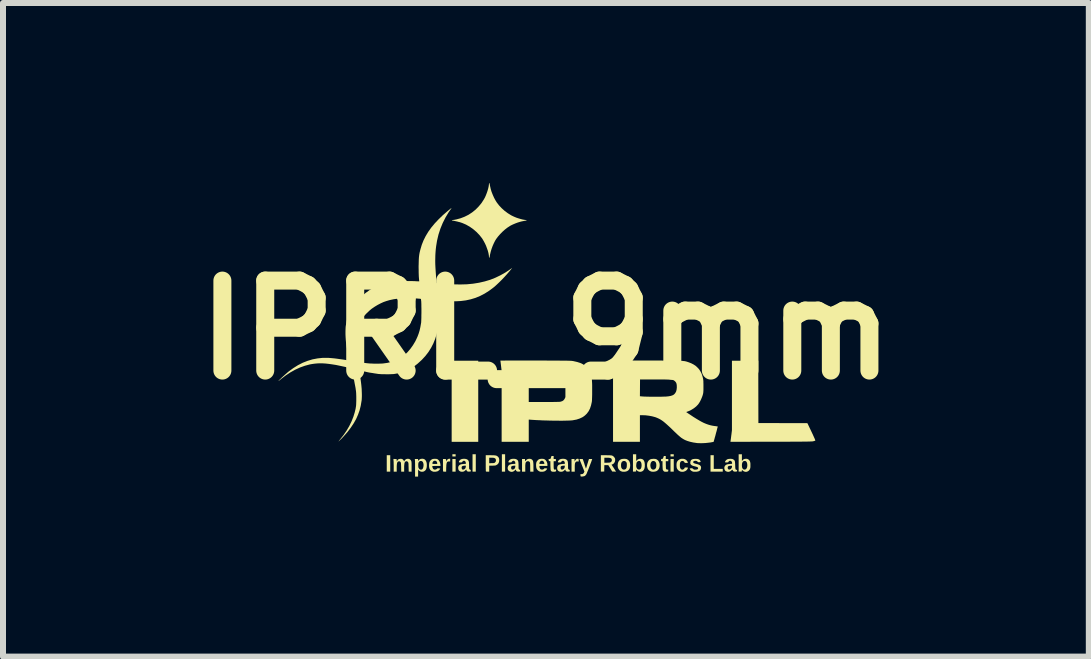
<source format=kicad_pcb>
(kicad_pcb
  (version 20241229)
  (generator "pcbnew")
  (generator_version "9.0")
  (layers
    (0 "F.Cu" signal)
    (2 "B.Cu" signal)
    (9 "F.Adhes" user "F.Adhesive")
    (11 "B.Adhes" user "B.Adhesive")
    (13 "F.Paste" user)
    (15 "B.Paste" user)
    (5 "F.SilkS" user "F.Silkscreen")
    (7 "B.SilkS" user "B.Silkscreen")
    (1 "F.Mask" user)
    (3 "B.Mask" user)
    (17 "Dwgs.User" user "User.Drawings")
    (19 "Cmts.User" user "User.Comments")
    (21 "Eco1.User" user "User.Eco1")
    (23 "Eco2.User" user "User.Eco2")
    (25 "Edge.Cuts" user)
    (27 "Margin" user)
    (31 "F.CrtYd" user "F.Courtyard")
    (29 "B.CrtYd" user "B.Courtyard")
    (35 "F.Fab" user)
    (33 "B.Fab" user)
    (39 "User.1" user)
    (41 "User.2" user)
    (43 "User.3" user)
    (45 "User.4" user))
  (footprint "IPRL_9mm"
    (layer "F.Cu")
    (at 6.05 2.449)
    (property "Reference" "IPRL_9mm" (at 0 0 0) (layer "F.SilkS") (effects (font (size 1.5 1.5) (thickness 0.3))))
    (attr board_only exclude_from_pos_files exclude_from_bom)
    (fp_poly (pts (xy -2.595 2.226) (xy -2.595 2.363) (xy -2.624 2.363) (xy -2.653 2.363) (xy -2.653 2.226) (xy -2.653 2.089) (xy -2.624 2.089) (xy -2.595 2.089)) (stroke (width 0) (type solid)) (fill yes) (layer "F.SilkS"))
    (fp_poly (pts (xy -1.505 2.091) (xy -1.505 2.11) (xy -1.532 2.11) (xy -1.559 2.11) (xy -1.559 2.091) (xy -1.559 2.073) (xy -1.532 2.073) (xy -1.505 2.073)) (stroke (width 0) (type solid)) (fill yes) (layer "F.SilkS"))
    (fp_poly (pts (xy -1.505 2.257) (xy -1.505 2.363) (xy -1.532 2.363) (xy -1.559 2.363) (xy -1.559 2.257) (xy -1.559 2.152) (xy -1.532 2.152) (xy -1.505 2.152)) (stroke (width 0) (type solid)) (fill yes) (layer "F.SilkS"))
    (fp_poly (pts (xy -1.169 2.218) (xy -1.169 2.363) (xy -1.196 2.363) (xy -1.223 2.363) (xy -1.223 2.218) (xy -1.223 2.073) (xy -1.196 2.073) (xy -1.169 2.073)) (stroke (width 0) (type solid)) (fill yes) (layer "F.SilkS"))
    (fp_poly (pts (xy -1.128 1.19) (xy -1.128 1.866) (xy -1.349 1.866) (xy -1.571 1.866) (xy -1.571 1.19) (xy -1.571 0.514) (xy -1.349 0.514) (xy -1.128 0.514)) (stroke (width 0) (type solid)) (fill yes) (layer "F.SilkS"))
    (fp_poly (pts (xy -0.68 2.218) (xy -0.68 2.363) (xy -0.707 2.363) (xy -0.734 2.363) (xy -0.734 2.218) (xy -0.734 2.073) (xy -0.707 2.073) (xy -0.68 2.073)) (stroke (width 0) (type solid)) (fill yes) (layer "F.SilkS"))
    (fp_poly (pts (xy 2.131 2.091) (xy 2.131 2.11) (xy 2.104 2.11) (xy 2.077 2.11) (xy 2.077 2.091) (xy 2.077 2.073) (xy 2.104 2.073) (xy 2.131 2.073)) (stroke (width 0) (type solid)) (fill yes) (layer "F.SilkS"))
    (fp_poly (pts (xy 2.131 2.257) (xy 2.131 2.363) (xy 2.104 2.363) (xy 2.077 2.363) (xy 2.077 2.257) (xy 2.077 2.152) (xy 2.104 2.152) (xy 2.131 2.152)) (stroke (width 0) (type solid)) (fill yes) (layer "F.SilkS"))
    (fp_poly (pts (xy 2.798 2.203) (xy 2.798 2.317) (xy 2.873 2.317) (xy 2.948 2.317) (xy 2.948 2.34) (xy 2.948 2.363) (xy 2.846 2.363) (xy 2.744 2.363) (xy 2.744 2.226) (xy 2.744 2.089) (xy 2.771 2.089) (xy 2.798 2.089)) (stroke (width 0) (type solid)) (fill yes) (layer "F.SilkS"))
    (fp_poly (pts (xy 0.531 2.148) (xy 0.539 2.149) (xy 0.544 2.152) (xy 0.546 2.16) (xy 0.546 2.171) (xy 0.548 2.193) (xy 0.527 2.193) (xy 0.513 2.194) (xy 0.503 2.198) (xy 0.498 2.202) (xy 0.492 2.21) (xy 0.487 2.219) (xy 0.484 2.231) (xy 0.482 2.247) (xy 0.481 2.268) (xy 0.481 2.296) (xy 0.481 2.299) (xy 0.481 2.363) (xy 0.454 2.363) (xy 0.427 2.363) (xy 0.427 2.257) (xy 0.427 2.152) (xy 0.452 2.152) (xy 0.476 2.152) (xy 0.478 2.173) (xy 0.479 2.195) (xy 0.488 2.178) (xy 0.5 2.16) (xy 0.514 2.15) (xy 0.531 2.148)) (stroke (width 0) (type solid)) (fill yes) (layer "F.SilkS"))
    (fp_poly (pts (xy -1.596 2.17) (xy -1.596 2.193) (xy -1.613 2.193) (xy -1.627 2.194) (xy -1.639 2.197) (xy -1.647 2.204) (xy -1.653 2.216) (xy -1.657 2.232) (xy -1.66 2.255) (xy -1.661 2.284) (xy -1.662 2.296) (xy -1.663 2.363) (xy -1.687 2.363) (xy -1.7 2.363) (xy -1.71 2.361) (xy -1.714 2.36) (xy -1.714 2.355) (xy -1.715 2.344) (xy -1.716 2.326) (xy -1.716 2.303) (xy -1.716 2.277) (xy -1.716 2.255) (xy -1.716 2.152) (xy -1.692 2.152) (xy -1.677 2.152) (xy -1.668 2.155) (xy -1.664 2.162) (xy -1.662 2.176) (xy -1.662 2.18) (xy -1.662 2.195) (xy -1.653 2.177) (xy -1.641 2.16) (xy -1.627 2.151) (xy -1.61 2.148) (xy -1.596 2.147)) (stroke (width 0) (type solid)) (fill yes) (layer "F.SilkS"))
    (fp_poly (pts (xy -0.245 2.154) (xy -0.237 2.159) (xy -0.228 2.166) (xy -0.222 2.173) (xy -0.217 2.182) (xy -0.213 2.193) (xy -0.211 2.209) (xy -0.209 2.229) (xy -0.208 2.256) (xy -0.208 2.279) (xy -0.207 2.363) (xy -0.234 2.363) (xy -0.261 2.363) (xy -0.262 2.287) (xy -0.262 2.26) (xy -0.263 2.24) (xy -0.264 2.225) (xy -0.265 2.216) (xy -0.267 2.209) (xy -0.269 2.204) (xy -0.272 2.2) (xy -0.273 2.2) (xy -0.286 2.191) (xy -0.302 2.189) (xy -0.318 2.193) (xy -0.323 2.196) (xy -0.33 2.202) (xy -0.336 2.21) (xy -0.34 2.222) (xy -0.342 2.237) (xy -0.344 2.259) (xy -0.344 2.287) (xy -0.344 2.297) (xy -0.344 2.363) (xy -0.371 2.363) (xy -0.398 2.363) (xy -0.398 2.257) (xy -0.398 2.152) (xy -0.373 2.152) (xy -0.348 2.152) (xy -0.348 2.17) (xy -0.347 2.183) (xy -0.345 2.188) (xy -0.34 2.185) (xy -0.334 2.176) (xy -0.322 2.163) (xy -0.305 2.154) (xy -0.284 2.149) (xy -0.264 2.149)) (stroke (width 0) (type solid)) (fill yes) (layer "F.SilkS"))
    (fp_poly (pts (xy 3.541 1.033) (xy 3.542 1.553) (xy 3.951 1.554) (xy 4.359 1.555) (xy 4.427 1.698) (xy 4.445 1.736) (xy 4.46 1.769) (xy 4.472 1.796) (xy 4.482 1.818) (xy 4.488 1.834) (xy 4.491 1.843) (xy 4.491 1.845) (xy 4.485 1.848) (xy 4.474 1.852) (xy 4.459 1.856) (xy 4.458 1.856) (xy 4.454 1.857) (xy 4.449 1.858) (xy 4.442 1.859) (xy 4.434 1.859) (xy 4.424 1.86) (xy 4.412 1.86) (xy 4.396 1.861) (xy 4.377 1.861) (xy 4.355 1.862) (xy 4.329 1.862) (xy 4.298 1.862) (xy 4.263 1.863) (xy 4.222 1.863) (xy 4.176 1.863) (xy 4.124 1.863) (xy 4.065 1.864) (xy 4 1.864) (xy 3.928 1.864) (xy 3.848 1.864) (xy 3.761 1.864) (xy 3.753 1.864) (xy 3.076 1.866) (xy 3.078 1.852) (xy 3.079 1.844) (xy 3.081 1.829) (xy 3.084 1.809) (xy 3.087 1.785) (xy 3.09 1.759) (xy 3.091 1.755) (xy 3.101 1.672) (xy 3.101 1.093) (xy 3.101 0.514) (xy 3.321 0.514) (xy 3.54 0.514)) (stroke (width 0) (type solid)) (fill yes) (layer "F.SilkS"))
    (fp_poly (pts (xy 0.129 2.127) (xy 0.129 2.152) (xy 0.147 2.152) (xy 0.166 2.152) (xy 0.166 2.17) (xy 0.166 2.189) (xy 0.147 2.189) (xy 0.129 2.189) (xy 0.129 2.253) (xy 0.129 2.28) (xy 0.13 2.301) (xy 0.132 2.315) (xy 0.135 2.324) (xy 0.14 2.328) (xy 0.147 2.329) (xy 0.156 2.328) (xy 0.165 2.327) (xy 0.169 2.33) (xy 0.17 2.338) (xy 0.17 2.342) (xy 0.169 2.354) (xy 0.164 2.36) (xy 0.163 2.36) (xy 0.147 2.364) (xy 0.128 2.365) (xy 0.112 2.364) (xy 0.105 2.363) (xy 0.096 2.36) (xy 0.089 2.355) (xy 0.084 2.349) (xy 0.08 2.34) (xy 0.078 2.327) (xy 0.077 2.308) (xy 0.076 2.283) (xy 0.075 2.265) (xy 0.074 2.189) (xy 0.061 2.188) (xy 0.053 2.187) (xy 0.048 2.183) (xy 0.047 2.174) (xy 0.046 2.169) (xy 0.045 2.152) (xy 0.061 2.152) (xy 0.07 2.151) (xy 0.076 2.149) (xy 0.079 2.143) (xy 0.083 2.132) (xy 0.085 2.127) (xy 0.093 2.102) (xy 0.111 2.102) (xy 0.129 2.102)) (stroke (width 0) (type solid)) (fill yes) (layer "F.SilkS"))
    (fp_poly (pts (xy 1 2.089) (xy 1.029 2.09) (xy 1.055 2.09) (xy 1.076 2.091) (xy 1.092 2.093) (xy 1.101 2.094) (xy 1.119 2.103) (xy 1.135 2.118) (xy 1.148 2.136) (xy 1.153 2.148) (xy 1.155 2.171) (xy 1.151 2.194) (xy 1.141 2.214) (xy 1.127 2.231) (xy 1.111 2.24) (xy 1.094 2.247) (xy 1.118 2.283) (xy 1.13 2.301) (xy 1.142 2.32) (xy 1.152 2.336) (xy 1.155 2.341) (xy 1.17 2.363) (xy 1.138 2.362) (xy 1.105 2.361) (xy 1.073 2.308) (xy 1.04 2.255) (xy 1.007 2.255) (xy 0.974 2.255) (xy 0.973 2.308) (xy 0.972 2.361) (xy 0.944 2.362) (xy 0.916 2.363) (xy 0.916 2.226) (xy 0.916 2.172) (xy 0.974 2.172) (xy 0.974 2.214) (xy 1.02 2.214) (xy 1.045 2.213) (xy 1.062 2.212) (xy 1.074 2.209) (xy 1.078 2.207) (xy 1.091 2.197) (xy 1.098 2.183) (xy 1.099 2.172) (xy 1.097 2.157) (xy 1.091 2.146) (xy 1.081 2.139) (xy 1.065 2.134) (xy 1.042 2.131) (xy 1.02 2.131) (xy 0.974 2.131) (xy 0.974 2.172) (xy 0.916 2.172) (xy 0.916 2.089)) (stroke (width 0) (type solid)) (fill yes) (layer "F.SilkS"))
    (fp_poly (pts (xy 1.812 2.15) (xy 1.825 2.151) (xy 1.835 2.154) (xy 1.845 2.158) (xy 1.85 2.161) (xy 1.87 2.177) (xy 1.884 2.199) (xy 1.894 2.225) (xy 1.897 2.253) (xy 1.894 2.283) (xy 1.893 2.289) (xy 1.883 2.316) (xy 1.868 2.337) (xy 1.847 2.352) (xy 1.844 2.354) (xy 1.822 2.361) (xy 1.796 2.365) (xy 1.771 2.364) (xy 1.757 2.362) (xy 1.731 2.351) (xy 1.71 2.334) (xy 1.696 2.312) (xy 1.688 2.284) (xy 1.686 2.261) (xy 1.741 2.261) (xy 1.745 2.288) (xy 1.745 2.29) (xy 1.753 2.308) (xy 1.765 2.321) (xy 1.781 2.329) (xy 1.797 2.329) (xy 1.814 2.323) (xy 1.819 2.319) (xy 1.831 2.306) (xy 1.838 2.287) (xy 1.84 2.263) (xy 1.841 2.254) (xy 1.838 2.228) (xy 1.831 2.207) (xy 1.818 2.193) (xy 1.801 2.186) (xy 1.789 2.185) (xy 1.772 2.188) (xy 1.759 2.199) (xy 1.749 2.215) (xy 1.743 2.236) (xy 1.741 2.261) (xy 1.686 2.261) (xy 1.686 2.258) (xy 1.688 2.229) (xy 1.695 2.205) (xy 1.707 2.186) (xy 1.708 2.184) (xy 1.724 2.168) (xy 1.74 2.158) (xy 1.76 2.152) (xy 1.786 2.15) (xy 1.793 2.149)) (stroke (width 0) (type solid)) (fill yes) (layer "F.SilkS"))
    (fp_poly (pts (xy -0.894 2.09) (xy -0.869 2.09) (xy -0.851 2.092) (xy -0.836 2.094) (xy -0.825 2.097) (xy -0.815 2.102) (xy -0.805 2.109) (xy -0.805 2.109) (xy -0.791 2.123) (xy -0.782 2.14) (xy -0.778 2.163) (xy -0.778 2.172) (xy -0.781 2.2) (xy -0.791 2.224) (xy -0.808 2.243) (xy -0.83 2.256) (xy -0.837 2.259) (xy -0.847 2.261) (xy -0.863 2.262) (xy -0.882 2.263) (xy -0.898 2.263) (xy -0.945 2.263) (xy -0.945 2.313) (xy -0.945 2.363) (xy -0.971 2.363) (xy -0.986 2.363) (xy -0.996 2.362) (xy -1 2.36) (xy -1.001 2.356) (xy -1.002 2.344) (xy -1.002 2.325) (xy -1.003 2.302) (xy -1.003 2.274) (xy -1.003 2.243) (xy -1.003 2.223) (xy -1.003 2.177) (xy -0.945 2.177) (xy -0.945 2.223) (xy -0.901 2.221) (xy -0.882 2.221) (xy -0.869 2.22) (xy -0.86 2.218) (xy -0.854 2.215) (xy -0.849 2.21) (xy -0.845 2.206) (xy -0.836 2.194) (xy -0.833 2.18) (xy -0.833 2.176) (xy -0.835 2.159) (xy -0.841 2.147) (xy -0.852 2.139) (xy -0.869 2.133) (xy -0.892 2.131) (xy -0.908 2.131) (xy -0.945 2.131) (xy -0.945 2.177) (xy -1.003 2.177) (xy -1.003 2.089) (xy -0.925 2.089)) (stroke (width 0) (type solid)) (fill yes) (layer "F.SilkS"))
    (fp_poly (pts (xy 1.327 2.15) (xy 1.344 2.153) (xy 1.354 2.157) (xy 1.376 2.173) (xy 1.392 2.194) (xy 1.402 2.221) (xy 1.405 2.253) (xy 1.405 2.257) (xy 1.402 2.29) (xy 1.393 2.317) (xy 1.378 2.338) (xy 1.357 2.353) (xy 1.354 2.354) (xy 1.335 2.361) (xy 1.311 2.365) (xy 1.287 2.365) (xy 1.272 2.363) (xy 1.248 2.355) (xy 1.229 2.342) (xy 1.22 2.332) (xy 1.208 2.315) (xy 1.2 2.295) (xy 1.197 2.27) (xy 1.196 2.255) (xy 1.197 2.251) (xy 1.252 2.251) (xy 1.253 2.273) (xy 1.255 2.291) (xy 1.258 2.298) (xy 1.268 2.315) (xy 1.283 2.326) (xy 1.301 2.33) (xy 1.319 2.326) (xy 1.322 2.325) (xy 1.335 2.315) (xy 1.344 2.299) (xy 1.348 2.278) (xy 1.349 2.255) (xy 1.349 2.235) (xy 1.347 2.221) (xy 1.344 2.211) (xy 1.341 2.207) (xy 1.329 2.193) (xy 1.313 2.186) (xy 1.296 2.185) (xy 1.28 2.19) (xy 1.267 2.2) (xy 1.259 2.214) (xy 1.254 2.231) (xy 1.252 2.251) (xy 1.197 2.251) (xy 1.2 2.223) (xy 1.209 2.197) (xy 1.225 2.175) (xy 1.247 2.159) (xy 1.251 2.157) (xy 1.265 2.153) (xy 1.284 2.15) (xy 1.306 2.149)) (stroke (width 0) (type solid)) (fill yes) (layer "F.SilkS"))
    (fp_poly (pts (xy 1.998 2.127) (xy 1.998 2.152) (xy 2.019 2.152) (xy 2.04 2.152) (xy 2.04 2.17) (xy 2.04 2.189) (xy 2.019 2.189) (xy 1.998 2.189) (xy 1.999 2.253) (xy 2 2.278) (xy 2 2.296) (xy 2.001 2.308) (xy 2.003 2.316) (xy 2.005 2.321) (xy 2.008 2.324) (xy 2.009 2.324) (xy 2.019 2.328) (xy 2.028 2.329) (xy 2.036 2.328) (xy 2.039 2.332) (xy 2.04 2.341) (xy 2.04 2.343) (xy 2.039 2.353) (xy 2.037 2.36) (xy 2.037 2.36) (xy 2.03 2.362) (xy 2.018 2.364) (xy 2.004 2.365) (xy 1.99 2.365) (xy 1.981 2.365) (xy 1.98 2.364) (xy 1.966 2.357) (xy 1.955 2.344) (xy 1.948 2.33) (xy 1.947 2.321) (xy 1.946 2.305) (xy 1.945 2.285) (xy 1.944 2.262) (xy 1.944 2.252) (xy 1.944 2.189) (xy 1.932 2.189) (xy 1.924 2.188) (xy 1.921 2.185) (xy 1.919 2.177) (xy 1.919 2.17) (xy 1.92 2.159) (xy 1.922 2.154) (xy 1.928 2.151) (xy 1.935 2.151) (xy 1.943 2.15) (xy 1.949 2.146) (xy 1.953 2.139) (xy 1.958 2.126) (xy 1.958 2.126) (xy 1.962 2.112) (xy 1.966 2.105) (xy 1.971 2.102) (xy 1.98 2.102) (xy 1.982 2.102) (xy 1.998 2.102)) (stroke (width 0) (type solid)) (fill yes) (layer "F.SilkS"))
    (fp_poly (pts (xy 1.505 2.13) (xy 1.505 2.187) (xy 1.515 2.174) (xy 1.531 2.16) (xy 1.552 2.151) (xy 1.575 2.148) (xy 1.584 2.149) (xy 1.606 2.154) (xy 1.623 2.165) (xy 1.635 2.182) (xy 1.644 2.205) (xy 1.648 2.235) (xy 1.649 2.248) (xy 1.648 2.283) (xy 1.642 2.312) (xy 1.631 2.335) (xy 1.616 2.352) (xy 1.595 2.362) (xy 1.594 2.362) (xy 1.577 2.366) (xy 1.564 2.366) (xy 1.548 2.362) (xy 1.544 2.361) (xy 1.53 2.354) (xy 1.518 2.344) (xy 1.517 2.342) (xy 1.505 2.329) (xy 1.504 2.345) (xy 1.503 2.361) (xy 1.477 2.362) (xy 1.451 2.363) (xy 1.451 2.26) (xy 1.505 2.26) (xy 1.506 2.28) (xy 1.509 2.291) (xy 1.517 2.309) (xy 1.529 2.322) (xy 1.545 2.328) (xy 1.562 2.328) (xy 1.569 2.325) (xy 1.58 2.316) (xy 1.588 2.301) (xy 1.593 2.281) (xy 1.595 2.26) (xy 1.594 2.238) (xy 1.59 2.218) (xy 1.583 2.201) (xy 1.577 2.195) (xy 1.564 2.186) (xy 1.548 2.185) (xy 1.533 2.19) (xy 1.52 2.2) (xy 1.515 2.206) (xy 1.51 2.22) (xy 1.507 2.239) (xy 1.505 2.26) (xy 1.451 2.26) (xy 1.451 2.218) (xy 1.451 2.073) (xy 1.478 2.073) (xy 1.505 2.073)) (stroke (width 0) (type solid)) (fill yes) (layer "F.SilkS"))
    (fp_poly (pts (xy 3.267 2.13) (xy 3.267 2.187) (xy 3.277 2.174) (xy 3.293 2.159) (xy 3.314 2.151) (xy 3.336 2.148) (xy 3.358 2.151) (xy 3.377 2.161) (xy 3.382 2.165) (xy 3.394 2.178) (xy 3.401 2.191) (xy 3.406 2.208) (xy 3.409 2.229) (xy 3.409 2.255) (xy 3.409 2.282) (xy 3.407 2.302) (xy 3.402 2.318) (xy 3.395 2.331) (xy 3.385 2.343) (xy 3.383 2.346) (xy 3.366 2.358) (xy 3.347 2.365) (xy 3.331 2.367) (xy 3.322 2.365) (xy 3.309 2.362) (xy 3.306 2.361) (xy 3.292 2.354) (xy 3.28 2.344) (xy 3.278 2.343) (xy 3.267 2.33) (xy 3.266 2.346) (xy 3.265 2.361) (xy 3.239 2.362) (xy 3.213 2.363) (xy 3.213 2.262) (xy 3.267 2.262) (xy 3.269 2.284) (xy 3.273 2.301) (xy 3.283 2.317) (xy 3.297 2.327) (xy 3.313 2.329) (xy 3.329 2.325) (xy 3.337 2.319) (xy 3.346 2.307) (xy 3.353 2.289) (xy 3.357 2.268) (xy 3.357 2.246) (xy 3.354 2.225) (xy 3.348 2.207) (xy 3.339 2.194) (xy 3.333 2.189) (xy 3.319 2.185) (xy 3.302 2.186) (xy 3.29 2.191) (xy 3.28 2.202) (xy 3.272 2.219) (xy 3.268 2.24) (xy 3.267 2.262) (xy 3.213 2.262) (xy 3.213 2.218) (xy 3.213 2.073) (xy 3.24 2.073) (xy 3.267 2.073)) (stroke (width 0) (type solid)) (fill yes) (layer "F.SilkS"))
    (fp_poly (pts (xy 2.292 2.149) (xy 2.318 2.156) (xy 2.339 2.169) (xy 2.356 2.188) (xy 2.365 2.209) (xy 2.366 2.214) (xy 2.364 2.216) (xy 2.358 2.218) (xy 2.345 2.218) (xy 2.34 2.218) (xy 2.327 2.217) (xy 2.317 2.216) (xy 2.313 2.214) (xy 2.311 2.209) (xy 2.305 2.2) (xy 2.303 2.197) (xy 2.292 2.188) (xy 2.281 2.185) (xy 2.277 2.185) (xy 2.26 2.187) (xy 2.248 2.195) (xy 2.239 2.208) (xy 2.234 2.228) (xy 2.233 2.255) (xy 2.234 2.284) (xy 2.24 2.305) (xy 2.25 2.32) (xy 2.263 2.328) (xy 2.279 2.33) (xy 2.288 2.327) (xy 2.299 2.319) (xy 2.308 2.31) (xy 2.313 2.301) (xy 2.313 2.299) (xy 2.315 2.295) (xy 2.321 2.293) (xy 2.332 2.293) (xy 2.34 2.293) (xy 2.356 2.293) (xy 2.365 2.296) (xy 2.367 2.302) (xy 2.363 2.312) (xy 2.359 2.322) (xy 2.345 2.339) (xy 2.326 2.353) (xy 2.302 2.362) (xy 2.301 2.363) (xy 2.282 2.366) (xy 2.266 2.366) (xy 2.248 2.363) (xy 2.241 2.361) (xy 2.22 2.351) (xy 2.201 2.335) (xy 2.187 2.314) (xy 2.182 2.304) (xy 2.179 2.287) (xy 2.177 2.266) (xy 2.177 2.244) (xy 2.179 2.223) (xy 2.183 2.206) (xy 2.186 2.199) (xy 2.202 2.177) (xy 2.223 2.161) (xy 2.248 2.151) (xy 2.262 2.149)) (stroke (width 0) (type solid)) (fill yes) (layer "F.SilkS"))
    (fp_poly (pts (xy -2.031 2.153) (xy -2.014 2.165) (xy -2 2.183) (xy -1.991 2.205) (xy -1.986 2.231) (xy -1.985 2.26) (xy -1.987 2.289) (xy -1.994 2.315) (xy -1.999 2.328) (xy -2.014 2.346) (xy -2.033 2.359) (xy -2.054 2.365) (xy -2.076 2.365) (xy -2.097 2.358) (xy -2.116 2.345) (xy -2.118 2.343) (xy -2.132 2.328) (xy -2.13 2.345) (xy -2.13 2.356) (xy -2.13 2.373) (xy -2.13 2.392) (xy -2.13 2.403) (xy -2.131 2.446) (xy -2.156 2.446) (xy -2.181 2.446) (xy -2.181 2.318) (xy -2.181 2.285) (xy -2.181 2.261) (xy -2.128 2.261) (xy -2.127 2.281) (xy -2.124 2.297) (xy -2.121 2.304) (xy -2.11 2.319) (xy -2.096 2.328) (xy -2.08 2.33) (xy -2.066 2.326) (xy -2.058 2.32) (xy -2.049 2.306) (xy -2.043 2.286) (xy -2.04 2.263) (xy -2.04 2.239) (xy -2.045 2.217) (xy -2.053 2.2) (xy -2.065 2.19) (xy -2.08 2.185) (xy -2.095 2.186) (xy -2.109 2.193) (xy -2.12 2.206) (xy -2.126 2.221) (xy -2.128 2.24) (xy -2.128 2.261) (xy -2.181 2.261) (xy -2.181 2.254) (xy -2.181 2.226) (xy -2.182 2.203) (xy -2.182 2.185) (xy -2.183 2.173) (xy -2.183 2.171) (xy -2.186 2.152) (xy -2.158 2.152) (xy -2.131 2.152) (xy -2.131 2.168) (xy -2.131 2.185) (xy -2.115 2.168) (xy -2.101 2.157) (xy -2.088 2.151) (xy -2.079 2.149) (xy -2.053 2.148)) (stroke (width 0) (type solid)) (fill yes) (layer "F.SilkS"))
    (fp_poly (pts (xy 0.758 2.152) (xy 0.768 2.153) (xy 0.771 2.155) (xy 0.77 2.161) (xy 0.765 2.173) (xy 0.759 2.191) (xy 0.751 2.213) (xy 0.741 2.238) (xy 0.731 2.265) (xy 0.72 2.293) (xy 0.71 2.32) (xy 0.7 2.345) (xy 0.69 2.368) (xy 0.683 2.387) (xy 0.677 2.4) (xy 0.673 2.408) (xy 0.673 2.408) (xy 0.663 2.421) (xy 0.653 2.431) (xy 0.648 2.435) (xy 0.637 2.439) (xy 0.621 2.442) (xy 0.605 2.445) (xy 0.591 2.445) (xy 0.581 2.443) (xy 0.578 2.438) (xy 0.576 2.427) (xy 0.576 2.423) (xy 0.576 2.405) (xy 0.592 2.405) (xy 0.609 2.403) (xy 0.622 2.396) (xy 0.632 2.383) (xy 0.634 2.379) (xy 0.642 2.362) (xy 0.634 2.341) (xy 0.63 2.33) (xy 0.623 2.314) (xy 0.615 2.293) (xy 0.605 2.269) (xy 0.595 2.243) (xy 0.593 2.238) (xy 0.583 2.213) (xy 0.574 2.192) (xy 0.567 2.174) (xy 0.562 2.161) (xy 0.56 2.154) (xy 0.56 2.154) (xy 0.563 2.153) (xy 0.573 2.152) (xy 0.587 2.152) (xy 0.587 2.152) (xy 0.615 2.154) (xy 0.64 2.228) (xy 0.647 2.252) (xy 0.654 2.273) (xy 0.66 2.291) (xy 0.664 2.303) (xy 0.666 2.309) (xy 0.666 2.309) (xy 0.668 2.308) (xy 0.672 2.3) (xy 0.676 2.288) (xy 0.68 2.276) (xy 0.686 2.254) (xy 0.694 2.228) (xy 0.702 2.203) (xy 0.704 2.194) (xy 0.718 2.152) (xy 0.744 2.152)) (stroke (width 0) (type solid)) (fill yes) (layer "F.SilkS"))
    (fp_poly (pts (xy -0.039 2.151) (xy -0.037 2.151) (xy -0.016 2.161) (xy 0.001 2.178) (xy 0.014 2.199) (xy 0.023 2.225) (xy 0.025 2.25) (xy 0.025 2.268) (xy -0.041 2.268) (xy -0.108 2.268) (xy -0.108 2.28) (xy -0.105 2.297) (xy -0.098 2.312) (xy -0.088 2.323) (xy -0.085 2.325) (xy -0.068 2.329) (xy -0.052 2.328) (xy -0.038 2.322) (xy -0.029 2.312) (xy -0.028 2.309) (xy -0.024 2.308) (xy -0.014 2.307) (xy -0.002 2.308) (xy 0.009 2.309) (xy 0.018 2.311) (xy 0.021 2.313) (xy 0.018 2.321) (xy 0.01 2.332) (xy -0.000447 2.343) (xy -0.012 2.351) (xy -0.015 2.354) (xy -0.034 2.361) (xy -0.057 2.365) (xy -0.081 2.365) (xy -0.098 2.363) (xy -0.118 2.354) (xy -0.136 2.34) (xy -0.151 2.321) (xy -0.156 2.31) (xy -0.161 2.292) (xy -0.163 2.27) (xy -0.164 2.247) (xy -0.162 2.224) (xy -0.162 2.224) (xy -0.108 2.224) (xy -0.108 2.234) (xy -0.066 2.234) (xy -0.047 2.234) (xy -0.035 2.234) (xy -0.028 2.232) (xy -0.025 2.23) (xy -0.025 2.228) (xy -0.028 2.215) (xy -0.034 2.201) (xy -0.043 2.19) (xy -0.046 2.187) (xy -0.061 2.181) (xy -0.076 2.182) (xy -0.09 2.189) (xy -0.101 2.201) (xy -0.107 2.216) (xy -0.108 2.224) (xy -0.162 2.224) (xy -0.158 2.206) (xy -0.156 2.2) (xy -0.142 2.18) (xy -0.125 2.163) (xy -0.115 2.157) (xy -0.1 2.152) (xy -0.079 2.149) (xy -0.058 2.149)) (stroke (width 0) (type solid)) (fill yes) (layer "F.SilkS"))
    (fp_poly (pts (xy -1.833 2.15) (xy -1.821 2.151) (xy -1.811 2.154) (xy -1.802 2.16) (xy -1.8 2.161) (xy -1.784 2.176) (xy -1.771 2.198) (xy -1.762 2.224) (xy -1.759 2.242) (xy -1.757 2.268) (xy -1.826 2.268) (xy -1.855 2.268) (xy -1.876 2.269) (xy -1.889 2.27) (xy -1.894 2.272) (xy -1.895 2.272) (xy -1.893 2.286) (xy -1.887 2.301) (xy -1.881 2.315) (xy -1.875 2.322) (xy -1.859 2.329) (xy -1.842 2.329) (xy -1.826 2.323) (xy -1.82 2.318) (xy -1.812 2.311) (xy -1.805 2.307) (xy -1.795 2.307) (xy -1.785 2.308) (xy -1.772 2.309) (xy -1.764 2.311) (xy -1.762 2.312) (xy -1.765 2.319) (xy -1.772 2.329) (xy -1.782 2.34) (xy -1.793 2.349) (xy -1.801 2.355) (xy -1.821 2.361) (xy -1.845 2.365) (xy -1.869 2.365) (xy -1.88 2.363) (xy -1.905 2.353) (xy -1.925 2.337) (xy -1.935 2.322) (xy -1.941 2.311) (xy -1.944 2.299) (xy -1.947 2.283) (xy -1.948 2.268) (xy -1.947 2.235) (xy -1.946 2.23) (xy -1.893 2.23) (xy -1.892 2.231) (xy -1.887 2.232) (xy -1.876 2.234) (xy -1.86 2.234) (xy -1.851 2.234) (xy -1.812 2.234) (xy -1.812 2.224) (xy -1.814 2.21) (xy -1.821 2.196) (xy -1.83 2.186) (xy -1.832 2.185) (xy -1.848 2.181) (xy -1.864 2.183) (xy -1.875 2.189) (xy -1.882 2.197) (xy -1.889 2.209) (xy -1.892 2.221) (xy -1.893 2.23) (xy -1.946 2.23) (xy -1.942 2.208) (xy -1.932 2.186) (xy -1.916 2.169) (xy -1.903 2.16) (xy -1.891 2.154) (xy -1.88 2.151) (xy -1.866 2.15) (xy -1.851 2.149)) (stroke (width 0) (type solid)) (fill yes) (layer "F.SilkS"))
    (fp_poly (pts (xy 2.523 2.151) (xy 2.546 2.157) (xy 2.563 2.167) (xy 2.571 2.178) (xy 2.578 2.19) (xy 2.579 2.198) (xy 2.573 2.203) (xy 2.559 2.206) (xy 2.559 2.206) (xy 2.546 2.206) (xy 2.538 2.205) (xy 2.532 2.201) (xy 2.529 2.197) (xy 2.517 2.187) (xy 2.5 2.182) (xy 2.481 2.183) (xy 2.473 2.186) (xy 2.462 2.19) (xy 2.456 2.197) (xy 2.455 2.202) (xy 2.456 2.21) (xy 2.46 2.217) (xy 2.47 2.223) (xy 2.487 2.229) (xy 2.507 2.234) (xy 2.536 2.242) (xy 2.558 2.251) (xy 2.572 2.261) (xy 2.581 2.272) (xy 2.586 2.287) (xy 2.586 2.303) (xy 2.581 2.325) (xy 2.571 2.341) (xy 2.554 2.353) (xy 2.551 2.355) (xy 2.535 2.36) (xy 2.514 2.364) (xy 2.49 2.365) (xy 2.468 2.365) (xy 2.454 2.363) (xy 2.435 2.356) (xy 2.418 2.344) (xy 2.405 2.33) (xy 2.402 2.323) (xy 2.396 2.31) (xy 2.419 2.307) (xy 2.432 2.306) (xy 2.44 2.307) (xy 2.447 2.312) (xy 2.453 2.317) (xy 2.461 2.324) (xy 2.469 2.328) (xy 2.479 2.33) (xy 2.492 2.33) (xy 2.514 2.328) (xy 2.529 2.323) (xy 2.536 2.313) (xy 2.537 2.307) (xy 2.536 2.299) (xy 2.531 2.292) (xy 2.521 2.286) (xy 2.505 2.281) (xy 2.487 2.276) (xy 2.463 2.27) (xy 2.447 2.265) (xy 2.435 2.259) (xy 2.425 2.253) (xy 2.417 2.245) (xy 2.41 2.236) (xy 2.407 2.226) (xy 2.407 2.212) (xy 2.41 2.19) (xy 2.419 2.173) (xy 2.434 2.16) (xy 2.456 2.153) (xy 2.485 2.15) (xy 2.494 2.15)) (stroke (width 0) (type solid)) (fill yes) (layer "F.SilkS"))
    (fp_poly (pts (xy -2.283 2.15) (xy -2.265 2.159) (xy -2.251 2.174) (xy -2.248 2.18) (xy -2.245 2.187) (xy -2.242 2.194) (xy -2.241 2.202) (xy -2.24 2.214) (xy -2.239 2.229) (xy -2.239 2.249) (xy -2.239 2.277) (xy -2.239 2.281) (xy -2.239 2.363) (xy -2.263 2.363) (xy -2.287 2.363) (xy -2.289 2.289) (xy -2.29 2.262) (xy -2.29 2.242) (xy -2.291 2.227) (xy -2.293 2.218) (xy -2.295 2.211) (xy -2.297 2.205) (xy -2.299 2.203) (xy -2.311 2.192) (xy -2.325 2.189) (xy -2.339 2.193) (xy -2.346 2.199) (xy -2.352 2.207) (xy -2.356 2.217) (xy -2.359 2.23) (xy -2.361 2.248) (xy -2.363 2.271) (xy -2.363 2.302) (xy -2.363 2.363) (xy -2.387 2.363) (xy -2.412 2.363) (xy -2.413 2.289) (xy -2.414 2.262) (xy -2.415 2.242) (xy -2.416 2.227) (xy -2.417 2.218) (xy -2.419 2.211) (xy -2.422 2.205) (xy -2.424 2.203) (xy -2.432 2.194) (xy -2.443 2.191) (xy -2.448 2.191) (xy -2.46 2.193) (xy -2.47 2.198) (xy -2.477 2.209) (xy -2.482 2.224) (xy -2.485 2.246) (xy -2.487 2.275) (xy -2.487 2.304) (xy -2.487 2.363) (xy -2.512 2.363) (xy -2.537 2.363) (xy -2.537 2.285) (xy -2.537 2.258) (xy -2.538 2.232) (xy -2.538 2.209) (xy -2.539 2.19) (xy -2.54 2.179) (xy -2.542 2.151) (xy -2.516 2.152) (xy -2.489 2.154) (xy -2.487 2.174) (xy -2.485 2.194) (xy -2.478 2.18) (xy -2.467 2.164) (xy -2.453 2.154) (xy -2.434 2.15) (xy -2.422 2.149) (xy -2.407 2.15) (xy -2.397 2.152) (xy -2.389 2.157) (xy -2.386 2.16) (xy -2.376 2.17) (xy -2.369 2.182) (xy -2.369 2.182) (xy -2.364 2.194) (xy -2.356 2.179) (xy -2.342 2.162) (xy -2.325 2.152) (xy -2.306 2.149)) (stroke (width 0) (type solid)) (fill yes) (layer "F.SilkS"))
    (fp_poly (pts (xy -1.353 2.149) (xy -1.332 2.152) (xy -1.315 2.158) (xy -1.313 2.159) (xy -1.301 2.168) (xy -1.293 2.177) (xy -1.287 2.19) (xy -1.283 2.206) (xy -1.282 2.227) (xy -1.281 2.256) (xy -1.281 2.259) (xy -1.281 2.282) (xy -1.28 2.299) (xy -1.28 2.31) (xy -1.278 2.317) (xy -1.275 2.322) (xy -1.272 2.326) (xy -1.264 2.331) (xy -1.258 2.332) (xy -1.254 2.332) (xy -1.252 2.338) (xy -1.253 2.345) (xy -1.254 2.361) (xy -1.278 2.362) (xy -1.297 2.362) (xy -1.31 2.358) (xy -1.318 2.351) (xy -1.323 2.341) (xy -1.328 2.327) (xy -1.343 2.342) (xy -1.363 2.358) (xy -1.385 2.365) (xy -1.41 2.365) (xy -1.422 2.362) (xy -1.44 2.353) (xy -1.454 2.338) (xy -1.461 2.319) (xy -1.462 2.299) (xy -1.405 2.299) (xy -1.402 2.315) (xy -1.394 2.326) (xy -1.382 2.33) (xy -1.366 2.326) (xy -1.36 2.323) (xy -1.345 2.31) (xy -1.337 2.292) (xy -1.335 2.278) (xy -1.335 2.263) (xy -1.362 2.264) (xy -1.382 2.267) (xy -1.395 2.272) (xy -1.402 2.281) (xy -1.405 2.295) (xy -1.405 2.299) (xy -1.462 2.299) (xy -1.462 2.296) (xy -1.462 2.291) (xy -1.456 2.271) (xy -1.445 2.257) (xy -1.429 2.246) (xy -1.407 2.239) (xy -1.378 2.236) (xy -1.373 2.235) (xy -1.335 2.233) (xy -1.335 2.217) (xy -1.338 2.202) (xy -1.347 2.189) (xy -1.359 2.182) (xy -1.366 2.181) (xy -1.375 2.183) (xy -1.386 2.19) (xy -1.394 2.198) (xy -1.397 2.205) (xy -1.401 2.208) (xy -1.411 2.209) (xy -1.424 2.21) (xy -1.439 2.209) (xy -1.447 2.208) (xy -1.45 2.205) (xy -1.451 2.202) (xy -1.448 2.19) (xy -1.439 2.177) (xy -1.427 2.165) (xy -1.416 2.158) (xy -1.398 2.152) (xy -1.376 2.149)) (stroke (width 0) (type solid)) (fill yes) (layer "F.SilkS"))
    (fp_poly (pts (xy 0.297 2.149) (xy 0.318 2.152) (xy 0.335 2.158) (xy 0.337 2.159) (xy 0.348 2.168) (xy 0.357 2.177) (xy 0.363 2.19) (xy 0.366 2.206) (xy 0.368 2.227) (xy 0.369 2.256) (xy 0.369 2.259) (xy 0.369 2.282) (xy 0.369 2.299) (xy 0.37 2.31) (xy 0.372 2.317) (xy 0.374 2.322) (xy 0.378 2.326) (xy 0.386 2.331) (xy 0.392 2.332) (xy 0.396 2.332) (xy 0.398 2.338) (xy 0.397 2.345) (xy 0.396 2.361) (xy 0.372 2.362) (xy 0.353 2.362) (xy 0.34 2.358) (xy 0.332 2.351) (xy 0.327 2.341) (xy 0.322 2.327) (xy 0.307 2.342) (xy 0.287 2.358) (xy 0.265 2.365) (xy 0.24 2.365) (xy 0.228 2.362) (xy 0.209 2.353) (xy 0.196 2.338) (xy 0.188 2.318) (xy 0.188 2.299) (xy 0.245 2.299) (xy 0.248 2.315) (xy 0.256 2.326) (xy 0.268 2.33) (xy 0.284 2.326) (xy 0.29 2.323) (xy 0.305 2.31) (xy 0.313 2.292) (xy 0.315 2.278) (xy 0.315 2.263) (xy 0.288 2.264) (xy 0.268 2.267) (xy 0.255 2.272) (xy 0.247 2.281) (xy 0.245 2.295) (xy 0.245 2.299) (xy 0.188 2.299) (xy 0.188 2.295) (xy 0.188 2.294) (xy 0.193 2.274) (xy 0.203 2.258) (xy 0.219 2.247) (xy 0.241 2.24) (xy 0.27 2.236) (xy 0.277 2.235) (xy 0.315 2.233) (xy 0.315 2.217) (xy 0.312 2.202) (xy 0.303 2.189) (xy 0.291 2.182) (xy 0.284 2.181) (xy 0.275 2.183) (xy 0.264 2.19) (xy 0.256 2.198) (xy 0.253 2.205) (xy 0.249 2.208) (xy 0.238 2.209) (xy 0.226 2.21) (xy 0.211 2.209) (xy 0.203 2.208) (xy 0.2 2.205) (xy 0.199 2.202) (xy 0.202 2.19) (xy 0.211 2.177) (xy 0.223 2.165) (xy 0.234 2.158) (xy 0.252 2.152) (xy 0.274 2.149)) (stroke (width 0) (type solid)) (fill yes) (layer "F.SilkS"))
    (fp_poly (pts (xy -0.506 2.152) (xy -0.489 2.159) (xy -0.488 2.159) (xy -0.476 2.168) (xy -0.468 2.177) (xy -0.462 2.19) (xy -0.459 2.206) (xy -0.457 2.227) (xy -0.456 2.256) (xy -0.456 2.259) (xy -0.456 2.282) (xy -0.456 2.299) (xy -0.455 2.31) (xy -0.453 2.317) (xy -0.451 2.322) (xy -0.447 2.326) (xy -0.439 2.331) (xy -0.433 2.332) (xy -0.429 2.332) (xy -0.427 2.338) (xy -0.428 2.345) (xy -0.429 2.361) (xy -0.453 2.362) (xy -0.472 2.362) (xy -0.485 2.358) (xy -0.493 2.351) (xy -0.498 2.341) (xy -0.503 2.327) (xy -0.518 2.342) (xy -0.535 2.356) (xy -0.556 2.365) (xy -0.574 2.367) (xy -0.583 2.365) (xy -0.596 2.362) (xy -0.599 2.361) (xy -0.618 2.35) (xy -0.631 2.335) (xy -0.637 2.315) (xy -0.637 2.299) (xy -0.58 2.299) (xy -0.577 2.315) (xy -0.569 2.326) (xy -0.557 2.329) (xy -0.541 2.326) (xy -0.535 2.324) (xy -0.521 2.312) (xy -0.513 2.295) (xy -0.51 2.278) (xy -0.51 2.263) (xy -0.537 2.264) (xy -0.557 2.267) (xy -0.57 2.272) (xy -0.578 2.281) (xy -0.58 2.295) (xy -0.58 2.299) (xy -0.637 2.299) (xy -0.637 2.294) (xy -0.632 2.276) (xy -0.623 2.261) (xy -0.61 2.249) (xy -0.593 2.242) (xy -0.57 2.237) (xy -0.549 2.235) (xy -0.51 2.233) (xy -0.51 2.217) (xy -0.513 2.202) (xy -0.522 2.189) (xy -0.534 2.182) (xy -0.541 2.181) (xy -0.55 2.183) (xy -0.561 2.19) (xy -0.569 2.198) (xy -0.572 2.205) (xy -0.576 2.208) (xy -0.587 2.209) (xy -0.599 2.21) (xy -0.614 2.209) (xy -0.622 2.208) (xy -0.625 2.205) (xy -0.626 2.202) (xy -0.622 2.19) (xy -0.613 2.176) (xy -0.6 2.164) (xy -0.592 2.159) (xy -0.574 2.152) (xy -0.551 2.149) (xy -0.528 2.149)) (stroke (width 0) (type solid)) (fill yes) (layer "F.SilkS"))
    (fp_poly (pts (xy 3.102 2.151) (xy 3.119 2.156) (xy 3.121 2.158) (xy 3.132 2.165) (xy 3.14 2.172) (xy 3.146 2.181) (xy 3.15 2.192) (xy 3.152 2.208) (xy 3.154 2.23) (xy 3.155 2.255) (xy 3.156 2.282) (xy 3.157 2.302) (xy 3.159 2.315) (xy 3.162 2.324) (xy 3.166 2.329) (xy 3.171 2.331) (xy 3.176 2.332) (xy 3.184 2.335) (xy 3.187 2.343) (xy 3.187 2.344) (xy 3.187 2.353) (xy 3.182 2.359) (xy 3.172 2.362) (xy 3.155 2.363) (xy 3.154 2.363) (xy 3.135 2.361) (xy 3.122 2.353) (xy 3.113 2.34) (xy 3.112 2.336) (xy 3.11 2.331) (xy 3.107 2.331) (xy 3.101 2.335) (xy 3.093 2.342) (xy 3.076 2.356) (xy 3.055 2.364) (xy 3.037 2.367) (xy 3.028 2.365) (xy 3.015 2.362) (xy 3.012 2.361) (xy 2.999 2.355) (xy 2.99 2.348) (xy 2.988 2.346) (xy 2.98 2.332) (xy 2.975 2.313) (xy 2.974 2.297) (xy 3.03 2.297) (xy 3.033 2.314) (xy 3.042 2.325) (xy 3.054 2.329) (xy 3.07 2.326) (xy 3.077 2.323) (xy 3.087 2.314) (xy 3.096 2.301) (xy 3.102 2.286) (xy 3.102 2.273) (xy 3.102 2.272) (xy 3.1 2.267) (xy 3.097 2.264) (xy 3.089 2.264) (xy 3.076 2.264) (xy 3.073 2.265) (xy 3.053 2.268) (xy 3.04 2.273) (xy 3.033 2.282) (xy 3.03 2.296) (xy 3.03 2.297) (xy 2.974 2.297) (xy 2.974 2.296) (xy 2.975 2.291) (xy 2.981 2.272) (xy 2.993 2.257) (xy 3.009 2.246) (xy 3.032 2.239) (xy 3.062 2.236) (xy 3.066 2.235) (xy 3.085 2.234) (xy 3.097 2.233) (xy 3.103 2.229) (xy 3.105 2.223) (xy 3.103 2.213) (xy 3.101 2.205) (xy 3.094 2.192) (xy 3.082 2.184) (xy 3.069 2.181) (xy 3.056 2.185) (xy 3.046 2.194) (xy 3.044 2.198) (xy 3.04 2.204) (xy 3.035 2.208) (xy 3.027 2.209) (xy 3.013 2.21) (xy 3.012 2.21) (xy 2.997 2.209) (xy 2.987 2.207) (xy 2.985 2.205) (xy 2.988 2.194) (xy 2.996 2.18) (xy 3.008 2.168) (xy 3.019 2.16) (xy 3.036 2.153) (xy 3.057 2.15) (xy 3.08 2.149)) (stroke (width 0) (type solid)) (fill yes) (layer "F.SilkS"))
    (fp_poly (pts (xy -0.941 -2.447) (xy -0.94 -2.442) (xy -0.938 -2.433) (xy -0.935 -2.417) (xy -0.931 -2.395) (xy -0.93 -2.394) (xy -0.92 -2.348) (xy -0.905 -2.299) (xy -0.885 -2.249) (xy -0.863 -2.2) (xy -0.839 -2.156) (xy -0.821 -2.127) (xy -0.783 -2.077) (xy -0.738 -2.029) (xy -0.688 -1.984) (xy -0.634 -1.944) (xy -0.579 -1.91) (xy -0.549 -1.895) (xy -0.52 -1.882) (xy -0.488 -1.869) (xy -0.454 -1.858) (xy -0.42 -1.848) (xy -0.389 -1.84) (xy -0.361 -1.835) (xy -0.339 -1.832) (xy -0.337 -1.832) (xy -0.324 -1.831) (xy -0.32 -1.829) (xy -0.323 -1.826) (xy -0.334 -1.822) (xy -0.341 -1.82) (xy -0.356 -1.818) (xy -0.375 -1.814) (xy -0.395 -1.81) (xy -0.397 -1.81) (xy -0.432 -1.801) (xy -0.471 -1.789) (xy -0.511 -1.774) (xy -0.551 -1.757) (xy -0.588 -1.739) (xy -0.604 -1.729) (xy -0.644 -1.703) (xy -0.685 -1.671) (xy -0.725 -1.635) (xy -0.764 -1.595) (xy -0.799 -1.555) (xy -0.829 -1.515) (xy -0.848 -1.484) (xy -0.868 -1.444) (xy -0.888 -1.399) (xy -0.905 -1.353) (xy -0.919 -1.307) (xy -0.929 -1.264) (xy -0.931 -1.258) (xy -0.935 -1.236) (xy -0.937 -1.22) (xy -0.94 -1.211) (xy -0.941 -1.205) (xy -0.943 -1.203) (xy -0.945 -1.202) (xy -0.945 -1.202) (xy -0.948 -1.206) (xy -0.949 -1.215) (xy -0.949 -1.219) (xy -0.952 -1.248) (xy -0.958 -1.281) (xy -0.968 -1.319) (xy -0.982 -1.359) (xy -0.997 -1.4) (xy -1.015 -1.439) (xy -1.035 -1.477) (xy -1.055 -1.511) (xy -1.063 -1.524) (xy -1.107 -1.58) (xy -1.157 -1.632) (xy -1.212 -1.679) (xy -1.27 -1.72) (xy -1.332 -1.755) (xy -1.395 -1.782) (xy -1.419 -1.79) (xy -1.433 -1.795) (xy -1.452 -1.799) (xy -1.473 -1.805) (xy -1.496 -1.81) (xy -1.518 -1.815) (xy -1.538 -1.819) (xy -1.554 -1.822) (xy -1.564 -1.824) (xy -1.565 -1.824) (xy -1.567 -1.827) (xy -1.567 -1.828) (xy -1.563 -1.831) (xy -1.554 -1.832) (xy -1.552 -1.832) (xy -1.542 -1.833) (xy -1.526 -1.835) (xy -1.507 -1.839) (xy -1.495 -1.841) (xy -1.424 -1.86) (xy -1.356 -1.886) (xy -1.29 -1.919) (xy -1.229 -1.959) (xy -1.172 -2.005) (xy -1.12 -2.058) (xy -1.073 -2.115) (xy -1.033 -2.177) (xy -1.015 -2.21) (xy -1.001 -2.242) (xy -0.987 -2.278) (xy -0.974 -2.315) (xy -0.963 -2.353) (xy -0.955 -2.387) (xy -0.951 -2.417) (xy -0.951 -2.419) (xy -0.949 -2.433) (xy -0.947 -2.444) (xy -0.945 -2.448) (xy -0.943 -2.449)) (stroke (width 0) (type solid)) (fill yes) (layer "F.SilkS"))
    (fp_poly (pts (xy -0.36 0.511) (xy -0.296 0.511) (xy -0.229 0.511) (xy -0.171 0.511) (xy -0.09 0.511) (xy -0.016 0.511) (xy 0.05 0.512) (xy 0.109 0.512) (xy 0.162 0.512) (xy 0.209 0.512) (xy 0.249 0.513) (xy 0.285 0.513) (xy 0.316 0.513) (xy 0.342 0.513) (xy 0.365 0.514) (xy 0.383 0.514) (xy 0.399 0.515) (xy 0.412 0.515) (xy 0.424 0.516) (xy 0.433 0.517) (xy 0.441 0.518) (xy 0.448 0.519) (xy 0.454 0.52) (xy 0.461 0.521) (xy 0.464 0.522) (xy 0.521 0.535) (xy 0.571 0.551) (xy 0.614 0.571) (xy 0.651 0.595) (xy 0.67 0.61) (xy 0.694 0.635) (xy 0.714 0.66) (xy 0.73 0.688) (xy 0.743 0.719) (xy 0.754 0.754) (xy 0.762 0.796) (xy 0.765 0.815) (xy 0.767 0.833) (xy 0.768 0.858) (xy 0.77 0.888) (xy 0.771 0.923) (xy 0.771 0.96) (xy 0.771 0.999) (xy 0.771 1.039) (xy 0.771 1.077) (xy 0.77 1.113) (xy 0.769 1.145) (xy 0.768 1.173) (xy 0.766 1.194) (xy 0.765 1.202) (xy 0.752 1.26) (xy 0.735 1.311) (xy 0.712 1.356) (xy 0.683 1.395) (xy 0.649 1.428) (xy 0.609 1.456) (xy 0.562 1.478) (xy 0.51 1.495) (xy 0.451 1.506) (xy 0.448 1.507) (xy 0.426 1.509) (xy 0.398 1.511) (xy 0.363 1.512) (xy 0.322 1.513) (xy 0.276 1.514) (xy 0.227 1.514) (xy 0.174 1.513) (xy 0.119 1.513) (xy 0.063 1.512) (xy 0.007 1.51) (xy -0.049 1.509) (xy -0.103 1.506) (xy -0.155 1.504) (xy -0.204 1.501) (xy -0.25 1.498) (xy -0.25 1.498) (xy -0.286 1.495) (xy -0.286 1.681) (xy -0.286 1.866) (xy -0.512 1.866) (xy -0.738 1.866) (xy -0.738 1.274) (xy -0.738 1.014) (xy -0.286 1.014) (xy -0.286 1.202) (xy -0.032 1.202) (xy 0.023 1.202) (xy 0.071 1.202) (xy 0.112 1.202) (xy 0.146 1.201) (xy 0.174 1.201) (xy 0.197 1.2) (xy 0.215 1.2) (xy 0.229 1.199) (xy 0.239 1.198) (xy 0.246 1.196) (xy 0.246 1.196) (xy 0.272 1.188) (xy 0.292 1.175) (xy 0.307 1.157) (xy 0.314 1.145) (xy 0.325 1.121) (xy 0.325 1.018) (xy 0.325 0.98) (xy 0.325 0.95) (xy 0.323 0.926) (xy 0.321 0.907) (xy 0.318 0.892) (xy 0.314 0.881) (xy 0.308 0.871) (xy 0.301 0.863) (xy 0.297 0.859) (xy 0.29 0.853) (xy 0.283 0.847) (xy 0.275 0.842) (xy 0.266 0.838) (xy 0.254 0.835) (xy 0.24 0.832) (xy 0.223 0.83) (xy 0.202 0.828) (xy 0.176 0.827) (xy 0.146 0.826) (xy 0.109 0.826) (xy 0.066 0.825) (xy 0.017 0.825) (xy -0.041 0.825) (xy -0.049 0.825) (xy -0.286 0.825) (xy -0.286 1.014) (xy -0.738 1.014) (xy -0.738 0.682) (xy -0.748 0.599) (xy -0.751 0.574) (xy -0.754 0.551) (xy -0.756 0.533) (xy -0.758 0.52) (xy -0.759 0.513) (xy -0.759 0.513) (xy -0.755 0.512) (xy -0.743 0.512) (xy -0.723 0.512) (xy -0.697 0.512) (xy -0.665 0.511) (xy -0.626 0.511) (xy -0.582 0.511) (xy -0.533 0.511) (xy -0.479 0.511) (xy -0.422 0.511)) (stroke (width 0) (type solid)) (fill yes) (layer "F.SilkS"))
    (fp_poly (pts (xy 1.68 0.511) (xy 1.763 0.511) (xy 1.839 0.511) (xy 1.907 0.511) (xy 1.968 0.512) (xy 2.022 0.512) (xy 2.071 0.512) (xy 2.113 0.513) (xy 2.151 0.513) (xy 2.184 0.514) (xy 2.212 0.514) (xy 2.237 0.515) (xy 2.258 0.516) (xy 2.276 0.517) (xy 2.291 0.519) (xy 2.305 0.52) (xy 2.316 0.522) (xy 2.327 0.524) (xy 2.336 0.526) (xy 2.346 0.529) (xy 2.355 0.532) (xy 2.365 0.535) (xy 2.376 0.539) (xy 2.377 0.539) (xy 2.423 0.557) (xy 2.462 0.577) (xy 2.497 0.6) (xy 2.523 0.624) (xy 2.552 0.655) (xy 2.574 0.688) (xy 2.592 0.722) (xy 2.606 0.761) (xy 2.617 0.801) (xy 2.62 0.815) (xy 2.622 0.829) (xy 2.624 0.844) (xy 2.625 0.86) (xy 2.625 0.88) (xy 2.626 0.905) (xy 2.626 0.936) (xy 2.626 0.943) (xy 2.626 0.975) (xy 2.626 1) (xy 2.625 1.019) (xy 2.624 1.034) (xy 2.623 1.047) (xy 2.621 1.059) (xy 2.618 1.071) (xy 2.615 1.084) (xy 2.604 1.116) (xy 2.59 1.15) (xy 2.574 1.184) (xy 2.557 1.214) (xy 2.539 1.24) (xy 2.536 1.244) (xy 2.504 1.277) (xy 2.466 1.307) (xy 2.424 1.333) (xy 2.378 1.355) (xy 2.364 1.36) (xy 2.351 1.365) (xy 2.342 1.368) (xy 2.339 1.37) (xy 2.339 1.37) (xy 2.343 1.373) (xy 2.352 1.379) (xy 2.366 1.389) (xy 2.384 1.401) (xy 2.404 1.414) (xy 2.404 1.414) (xy 2.459 1.451) (xy 2.509 1.482) (xy 2.554 1.509) (xy 2.595 1.532) (xy 2.633 1.551) (xy 2.669 1.566) (xy 2.705 1.579) (xy 2.739 1.589) (xy 2.775 1.597) (xy 2.812 1.603) (xy 2.825 1.604) (xy 2.842 1.607) (xy 2.855 1.608) (xy 2.862 1.61) (xy 2.864 1.61) (xy 2.863 1.615) (xy 2.861 1.626) (xy 2.856 1.642) (xy 2.851 1.664) (xy 2.845 1.688) (xy 2.837 1.715) (xy 2.83 1.742) (xy 2.823 1.77) (xy 2.815 1.796) (xy 2.809 1.82) (xy 2.803 1.84) (xy 2.799 1.855) (xy 2.796 1.864) (xy 2.795 1.866) (xy 2.79 1.868) (xy 2.778 1.87) (xy 2.762 1.873) (xy 2.741 1.877) (xy 2.732 1.878) (xy 2.698 1.882) (xy 2.661 1.886) (xy 2.622 1.888) (xy 2.586 1.889) (xy 2.552 1.888) (xy 2.524 1.887) (xy 2.516 1.886) (xy 2.456 1.877) (xy 2.403 1.865) (xy 2.357 1.851) (xy 2.317 1.835) (xy 2.316 1.834) (xy 2.297 1.824) (xy 2.279 1.813) (xy 2.26 1.801) (xy 2.241 1.786) (xy 2.22 1.768) (xy 2.196 1.747) (xy 2.169 1.721) (xy 2.137 1.691) (xy 2.123 1.677) (xy 2.081 1.636) (xy 2.043 1.601) (xy 2.01 1.571) (xy 1.981 1.546) (xy 1.954 1.524) (xy 1.928 1.506) (xy 1.904 1.491) (xy 1.881 1.479) (xy 1.857 1.468) (xy 1.832 1.458) (xy 1.82 1.454) (xy 1.772 1.441) (xy 1.718 1.431) (xy 1.662 1.424) (xy 1.606 1.422) (xy 1.605 1.422) (xy 1.567 1.422) (xy 1.567 1.644) (xy 1.567 1.866) (xy 1.343 1.866) (xy 1.119 1.866) (xy 1.119 1.278) (xy 1.119 1.106) (xy 1.567 1.106) (xy 1.597 1.109) (xy 1.613 1.11) (xy 1.628 1.111) (xy 1.643 1.112) (xy 1.659 1.112) (xy 1.677 1.113) (xy 1.698 1.113) (xy 1.724 1.114) (xy 1.755 1.114) (xy 1.793 1.114) (xy 1.816 1.114) (xy 1.852 1.114) (xy 1.888 1.114) (xy 1.922 1.114) (xy 1.953 1.113) (xy 1.979 1.112) (xy 1.999 1.112) (xy 2.008 1.111) (xy 2.047 1.107) (xy 2.079 1.101) (xy 2.105 1.093) (xy 2.126 1.083) (xy 2.142 1.07) (xy 2.156 1.053) (xy 2.156 1.053) (xy 2.17 1.028) (xy 2.178 0.999) (xy 2.182 0.964) (xy 2.182 0.949) (xy 2.181 0.92) (xy 2.177 0.897) (xy 2.17 0.879) (xy 2.158 0.863) (xy 2.149 0.854) (xy 2.143 0.849) (xy 2.137 0.845) (xy 2.131 0.841) (xy 2.123 0.837) (xy 2.114 0.835) (xy 2.103 0.833) (xy 2.089 0.831) (xy 2.071 0.83) (xy 2.049 0.829) (xy 2.022 0.828) (xy 1.989 0.827) (xy 1.951 0.827) (xy 1.905 0.827) (xy 1.853 0.827) (xy 1.826 0.827) (xy 1.569 0.827) (xy 1.568 0.967) (xy 1.567 1.106) (xy 1.119 1.106) (xy 1.119 0.69) (xy 1.109 0.609) (xy 1.106 0.584) (xy 1.103 0.561) (xy 1.101 0.541) (xy 1.099 0.527) (xy 1.099 0.519) (xy 1.099 0.519) (xy 1.099 0.51)) (stroke (width 0) (type solid)) (fill yes) (layer "F.SilkS"))
    (fp_poly (pts (xy -1.575 -2.026) (xy -1.581 -2.018) (xy -1.582 -2.016) (xy -1.59 -2.006) (xy -1.6 -1.991) (xy -1.612 -1.974) (xy -1.62 -1.963) (xy -1.673 -1.875) (xy -1.72 -1.782) (xy -1.759 -1.687) (xy -1.791 -1.588) (xy -1.815 -1.486) (xy -1.83 -1.393) (xy -1.836 -1.343) (xy -1.84 -1.294) (xy -1.843 -1.246) (xy -1.844 -1.197) (xy -1.845 -1.146) (xy -1.844 -1.091) (xy -1.841 -1.033) (xy -1.837 -0.969) (xy -1.832 -0.898) (xy -1.83 -0.866) (xy -1.823 -0.78) (xy -1.806 -0.778) (xy -1.786 -0.775) (xy -1.76 -0.773) (xy -1.728 -0.77) (xy -1.693 -0.767) (xy -1.655 -0.765) (xy -1.617 -0.762) (xy -1.579 -0.76) (xy -1.544 -0.759) (xy -1.541 -0.759) (xy -1.426 -0.757) (xy -1.318 -0.76) (xy -1.214 -0.77) (xy -1.115 -0.786) (xy -1.02 -0.808) (xy -0.929 -0.835) (xy -0.841 -0.87) (xy -0.756 -0.911) (xy -0.673 -0.958) (xy -0.592 -1.012) (xy -0.587 -1.016) (xy -0.562 -1.034) (xy -0.578 -1.013) (xy -0.614 -0.969) (xy -0.653 -0.924) (xy -0.694 -0.879) (xy -0.735 -0.836) (xy -0.776 -0.795) (xy -0.815 -0.758) (xy -0.851 -0.725) (xy -0.873 -0.707) (xy -0.947 -0.652) (xy -1.021 -0.605) (xy -1.096 -0.566) (xy -1.173 -0.534) (xy -1.252 -0.51) (xy -1.334 -0.492) (xy -1.42 -0.481) (xy -1.422 -0.481) (xy -1.458 -0.479) (xy -1.5 -0.477) (xy -1.547 -0.477) (xy -1.595 -0.478) (xy -1.645 -0.479) (xy -1.692 -0.481) (xy -1.736 -0.484) (xy -1.77 -0.487) (xy -1.792 -0.49) (xy -1.789 -0.445) (xy -1.788 -0.427) (xy -1.787 -0.402) (xy -1.786 -0.374) (xy -1.785 -0.343) (xy -1.784 -0.313) (xy -1.784 -0.311) (xy -1.784 -0.209) (xy -1.79 -0.112) (xy -1.802 -0.021) (xy -1.82 0.066) (xy -1.845 0.148) (xy -1.876 0.225) (xy -1.914 0.299) (xy -1.958 0.369) (xy -2.009 0.435) (xy -2.067 0.498) (xy -2.08 0.51) (xy -2.137 0.562) (xy -2.193 0.606) (xy -2.251 0.643) (xy -2.311 0.674) (xy -2.373 0.698) (xy -2.44 0.718) (xy -2.499 0.73) (xy -2.517 0.733) (xy -2.534 0.736) (xy -2.553 0.737) (xy -2.574 0.738) (xy -2.6 0.739) (xy -2.631 0.74) (xy -2.647 0.74) (xy -2.684 0.739) (xy -2.718 0.739) (xy -2.749 0.738) (xy -2.775 0.736) (xy -2.79 0.735) (xy -2.811 0.732) (xy -2.836 0.728) (xy -2.864 0.724) (xy -2.892 0.719) (xy -2.92 0.715) (xy -2.944 0.711) (xy -2.964 0.707) (xy -2.974 0.705) (xy -3.017 0.695) (xy -3.052 0.688) (xy -3.078 0.682) (xy -3.097 0.678) (xy -3.108 0.676) (xy -3.111 0.676) (xy -3.111 0.681) (xy -3.11 0.692) (xy -3.107 0.709) (xy -3.104 0.73) (xy -3.101 0.753) (xy -3.092 0.803) (xy -3.086 0.846) (xy -3.081 0.885) (xy -3.077 0.92) (xy -3.074 0.952) (xy -3.071 0.985) (xy -3.07 1.018) (xy -3.069 1.043) (xy -3.068 1.078) (xy -3.068 1.108) (xy -3.069 1.133) (xy -3.07 1.156) (xy -3.072 1.178) (xy -3.074 1.188) (xy -3.087 1.266) (xy -3.106 1.341) (xy -3.132 1.414) (xy -3.164 1.486) (xy -3.204 1.557) (xy -3.251 1.628) (xy -3.305 1.699) (xy -3.367 1.77) (xy -3.406 1.812) (xy -3.423 1.828) (xy -3.437 1.842) (xy -3.448 1.853) (xy -3.455 1.859) (xy -3.457 1.861) (xy -3.455 1.857) (xy -3.448 1.848) (xy -3.439 1.835) (xy -3.433 1.828) (xy -3.374 1.754) (xy -3.322 1.678) (xy -3.277 1.601) (xy -3.239 1.523) (xy -3.209 1.447) (xy -3.188 1.379) (xy -3.18 1.346) (xy -3.173 1.318) (xy -3.169 1.293) (xy -3.165 1.268) (xy -3.163 1.242) (xy -3.162 1.213) (xy -3.161 1.179) (xy -3.161 1.155) (xy -3.161 1.115) (xy -3.162 1.082) (xy -3.163 1.054) (xy -3.165 1.029) (xy -3.168 1.005) (xy -3.169 1.001) (xy -3.173 0.97) (xy -3.18 0.933) (xy -3.188 0.892) (xy -3.196 0.848) (xy -3.205 0.805) (xy -3.214 0.763) (xy -3.223 0.726) (xy -3.228 0.703) (xy -3.244 0.641) (xy -3.275 0.634) (xy -3.356 0.615) (xy -3.431 0.599) (xy -3.498 0.585) (xy -3.561 0.575) (xy -3.618 0.567) (xy -3.671 0.561) (xy -3.72 0.558) (xy -3.767 0.557) (xy -3.812 0.559) (xy -3.855 0.563) (xy -3.898 0.569) (xy -3.936 0.576) (xy -4.018 0.598) (xy -4.099 0.627) (xy -4.18 0.664) (xy -4.26 0.709) (xy -4.339 0.761) (xy -4.416 0.82) (xy -4.42 0.824) (xy -4.435 0.836) (xy -4.447 0.845) (xy -4.455 0.851) (xy -4.459 0.853) (xy -4.457 0.849) (xy -4.45 0.841) (xy -4.438 0.829) (xy -4.422 0.814) (xy -4.404 0.796) (xy -4.384 0.778) (xy -4.362 0.758) (xy -4.341 0.739) (xy -4.32 0.721) (xy -4.301 0.704) (xy -4.289 0.694) (xy -4.212 0.638) (xy -4.134 0.589) (xy -4.054 0.548) (xy -3.972 0.516) (xy -3.889 0.491) (xy -3.804 0.475) (xy -3.718 0.466) (xy -3.63 0.466) (xy -3.605 0.468) (xy -3.569 0.471) (xy -3.526 0.475) (xy -3.479 0.481) (xy -3.43 0.488) (xy -3.379 0.495) (xy -3.33 0.503) (xy -3.32 0.505) (xy -3.302 0.508) (xy -3.287 0.51) (xy -3.278 0.511) (xy -3.275 0.51) (xy -3.276 0.505) (xy -3.278 0.494) (xy -3.282 0.48) (xy -3.283 0.475) (xy -3.294 0.426) (xy -3.305 0.373) (xy -3.315 0.32) (xy -3.324 0.269) (xy -3.326 0.258) (xy -3.165 0.258) (xy -3.163 0.292) (xy -3.162 0.314) (xy -3.16 0.339) (xy -3.157 0.367) (xy -3.154 0.396) (xy -3.151 0.425) (xy -3.148 0.453) (xy -3.145 0.479) (xy -3.142 0.501) (xy -3.14 0.519) (xy -3.137 0.53) (xy -3.136 0.534) (xy -3.131 0.535) (xy -3.12 0.538) (xy -3.102 0.54) (xy -3.081 0.544) (xy -3.057 0.547) (xy -3.031 0.55) (xy -3.006 0.553) (xy -2.981 0.556) (xy -2.969 0.557) (xy -2.939 0.56) (xy -2.904 0.561) (xy -2.867 0.563) (xy -2.828 0.563) (xy -2.79 0.563) (xy -2.756 0.562) (xy -2.726 0.561) (xy -2.708 0.559) (xy -2.643 0.55) (xy -2.581 0.535) (xy -2.522 0.516) (xy -2.467 0.493) (xy -2.419 0.466) (xy -2.41 0.46) (xy -2.357 0.419) (xy -2.307 0.372) (xy -2.26 0.317) (xy -2.217 0.257) (xy -2.178 0.192) (xy -2.164 0.164) (xy -2.141 0.114) (xy -2.122 0.064) (xy -2.106 0.012) (xy -2.093 -0.045) (xy -2.082 -0.108) (xy -2.08 -0.118) (xy -2.079 -0.132) (xy -2.078 -0.153) (xy -2.077 -0.179) (xy -2.076 -0.21) (xy -2.076 -0.245) (xy -2.075 -0.281) (xy -2.075 -0.318) (xy -2.075 -0.355) (xy -2.076 -0.39) (xy -2.076 -0.422) (xy -2.077 -0.449) (xy -2.078 -0.471) (xy -2.079 -0.487) (xy -2.08 -0.487) (xy -2.083 -0.516) (xy -2.1 -0.519) (xy -2.108 -0.52) (xy -2.124 -0.521) (xy -2.145 -0.523) (xy -2.171 -0.524) (xy -2.199 -0.526) (xy -2.218 -0.527) (xy -2.306 -0.529) (xy -2.388 -0.528) (xy -2.465 -0.521) (xy -2.537 -0.511) (xy -2.607 -0.496) (xy -2.661 -0.48) (xy -2.707 -0.464) (xy -2.755 -0.442) (xy -2.805 -0.416) (xy -2.853 -0.387) (xy -2.897 -0.357) (xy -2.908 -0.349) (xy -2.925 -0.335) (xy -2.945 -0.318) (xy -2.966 -0.297) (xy -2.988 -0.277) (xy -3.008 -0.256) (xy -3.024 -0.238) (xy -3.036 -0.224) (xy -3.073 -0.169) (xy -3.104 -0.11) (xy -3.128 -0.047) (xy -3.147 0.022) (xy -3.159 0.095) (xy -3.165 0.174) (xy -3.165 0.258) (xy -3.326 0.258) (xy -3.327 0.249) (xy -3.332 0.21) (xy -3.336 0.166) (xy -3.339 0.12) (xy -3.341 0.073) (xy -3.341 0.028) (xy -3.34 -0.014) (xy -3.338 -0.051) (xy -3.335 -0.073) (xy -3.321 -0.15) (xy -3.3 -0.224) (xy -3.272 -0.293) (xy -3.238 -0.36) (xy -3.195 -0.424) (xy -3.145 -0.485) (xy -3.088 -0.545) (xy -3.066 -0.565) (xy -3.004 -0.617) (xy -2.94 -0.663) (xy -2.873 -0.702) (xy -2.803 -0.735) (xy -2.73 -0.762) (xy -2.651 -0.784) (xy -2.567 -0.801) (xy -2.508 -0.809) (xy -2.49 -0.811) (xy -2.465 -0.812) (xy -2.434 -0.813) (xy -2.4 -0.814) (xy -2.362 -0.814) (xy -2.323 -0.814) (xy -2.284 -0.814) (xy -2.247 -0.814) (xy -2.212 -0.813) (xy -2.181 -0.812) (xy -2.167 -0.811) (xy -2.144 -0.81) (xy -2.128 -0.809) (xy -2.118 -0.809) (xy -2.113 -0.81) (xy -2.111 -0.812) (xy -2.111 -0.815) (xy -2.112 -0.815) (xy -2.113 -0.826) (xy -2.115 -0.844) (xy -2.117 -0.868) (xy -2.119 -0.897) (xy -2.12 -0.929) (xy -2.121 -0.963) (xy -2.121 -0.999) (xy -2.122 -1.035) (xy -2.122 -1.069) (xy -2.121 -1.09) (xy -2.12 -1.135) (xy -2.119 -1.172) (xy -2.117 -1.205) (xy -2.114 -1.234) (xy -2.11 -1.262) (xy -2.105 -1.289) (xy -2.098 -1.318) (xy -2.091 -1.345) (xy -2.069 -1.419) (xy -2.04 -1.492) (xy -2.004 -1.564) (xy -1.962 -1.634) (xy -1.912 -1.704) (xy -1.855 -1.773) (xy -1.79 -1.842) (xy -1.718 -1.912) (xy -1.637 -1.982) (xy -1.62 -1.996) (xy -1.6 -2.012) (xy -1.586 -2.023) (xy -1.577 -2.029) (xy -1.574 -2.03)) (stroke (width 0) (type solid)) (fill yes) (layer "F.SilkS")))
  (gr_rect
    (start -3 -3)
    (end 15.1 7.895)
    (stroke (width 0.1) (type default))
    (fill no)
    (layer "Edge.Cuts")))
</source>
